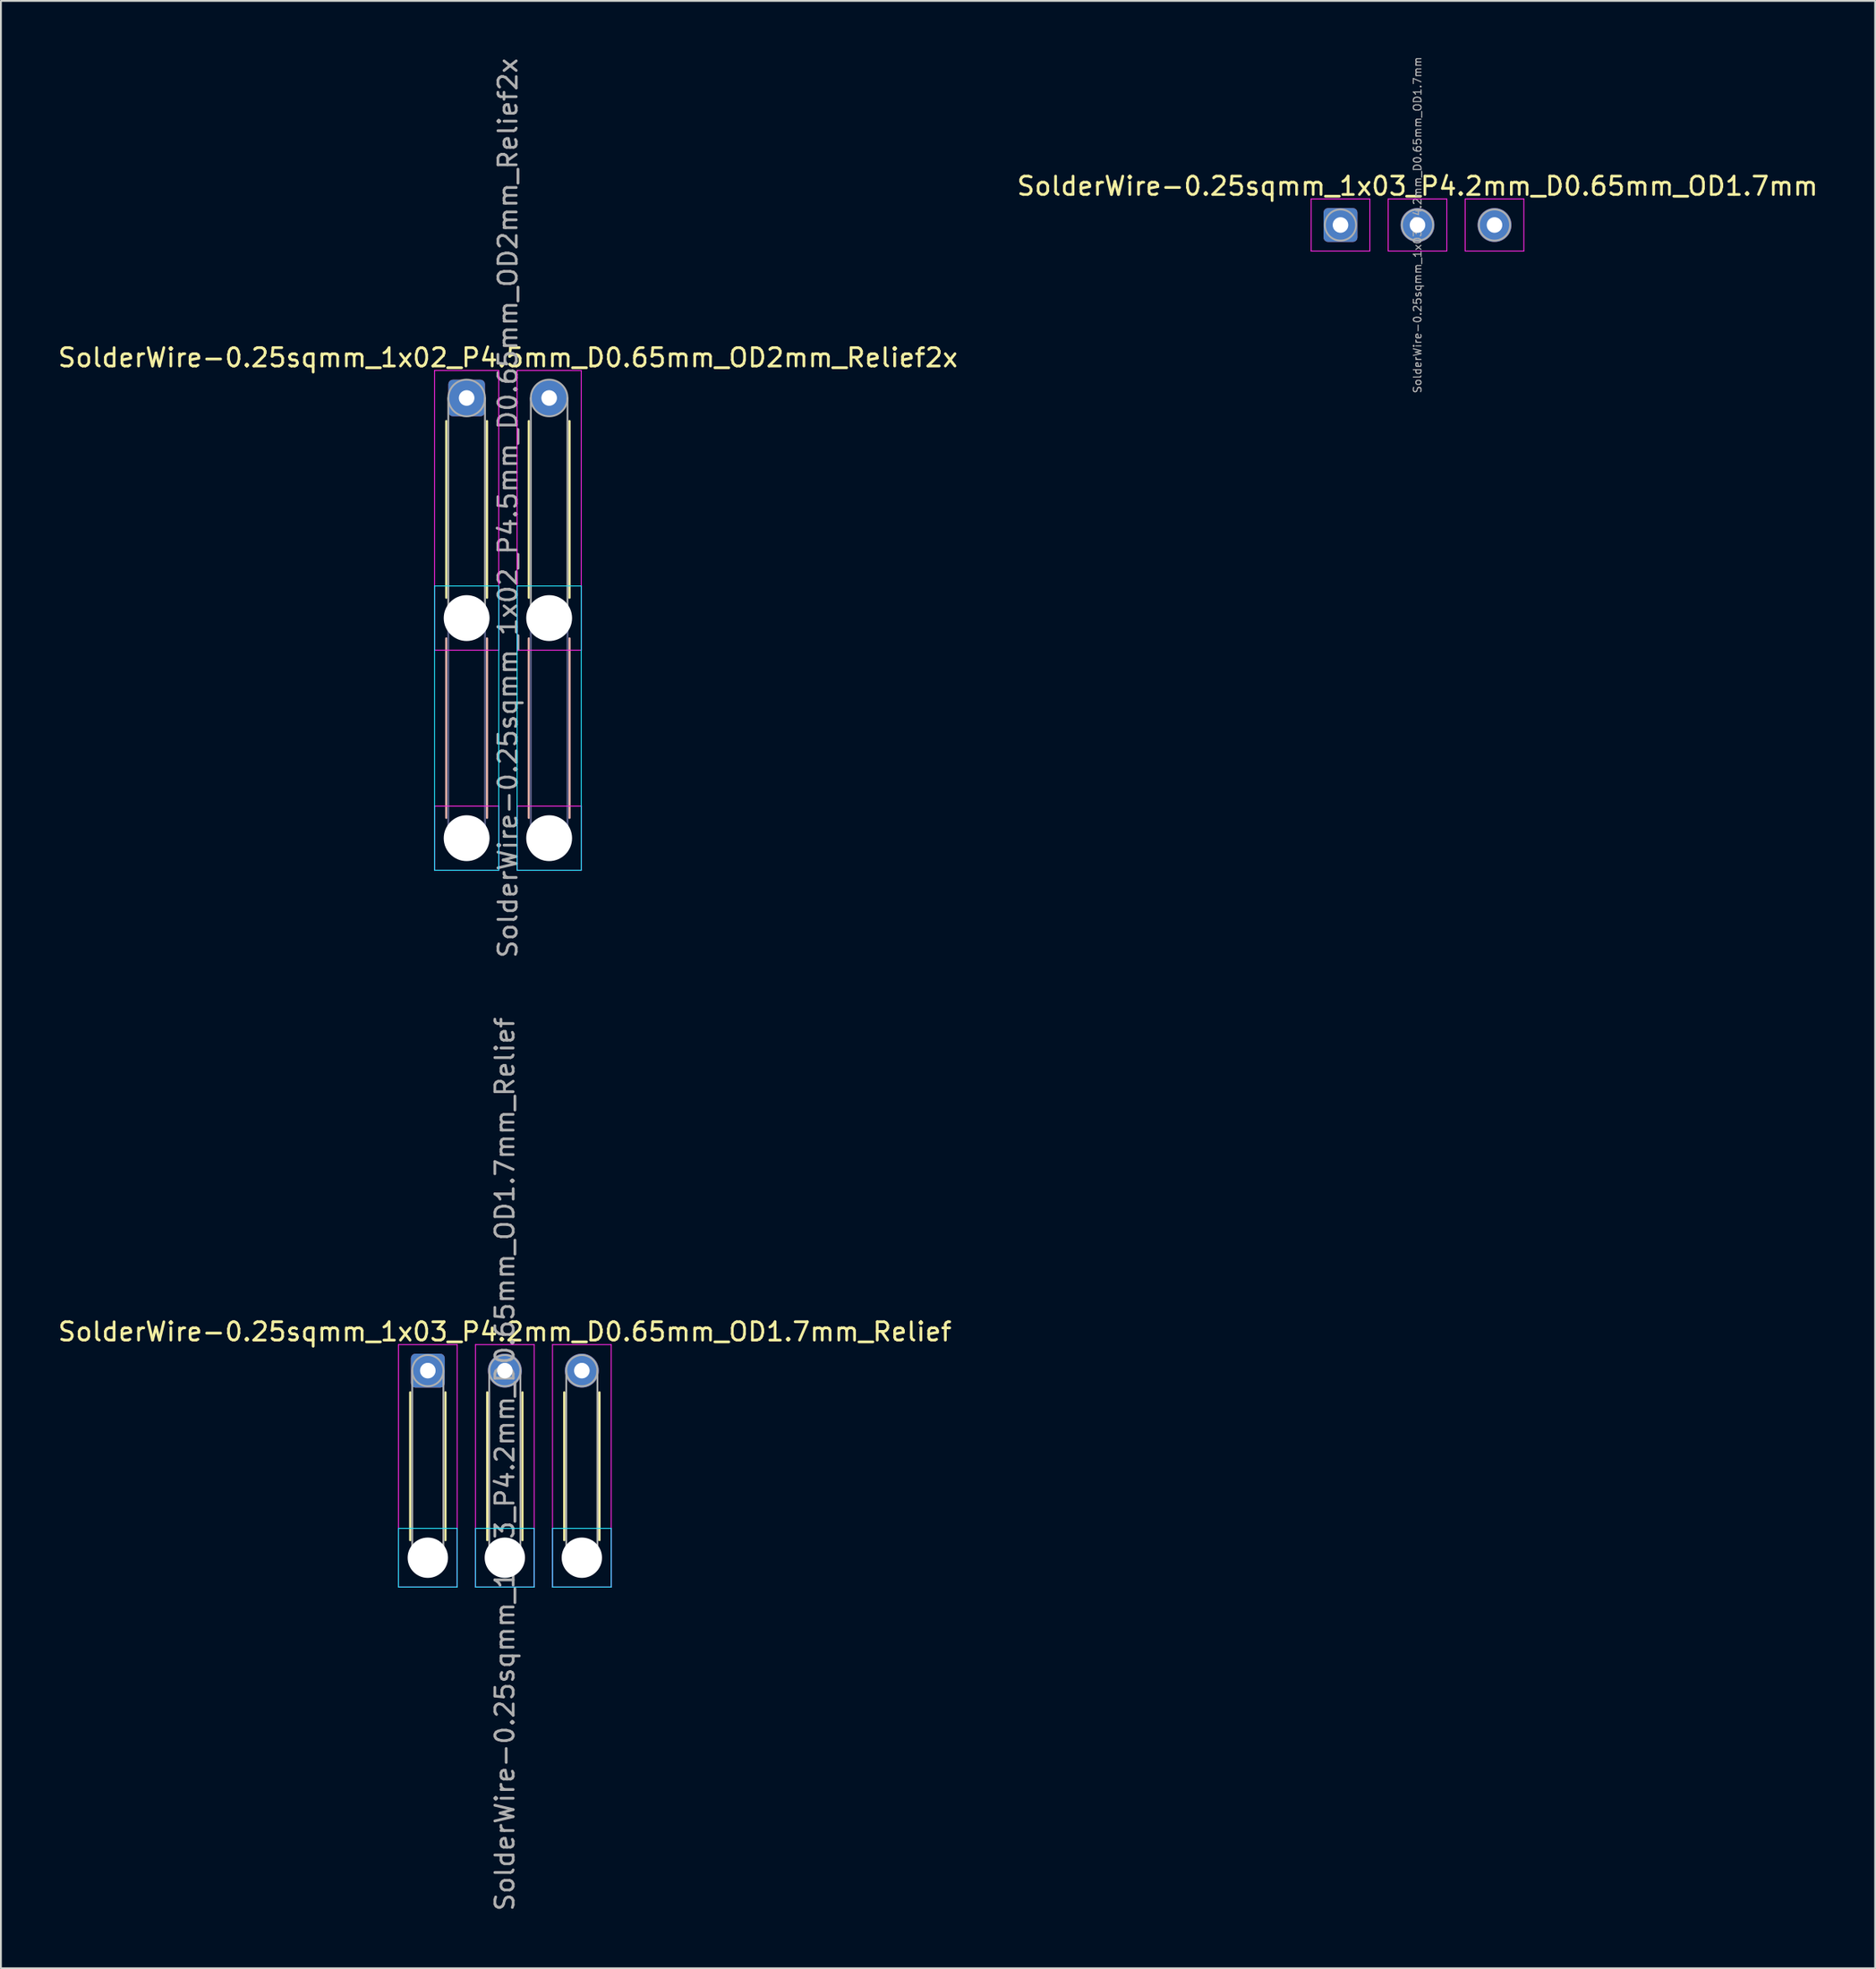
<source format=kicad_pcb>
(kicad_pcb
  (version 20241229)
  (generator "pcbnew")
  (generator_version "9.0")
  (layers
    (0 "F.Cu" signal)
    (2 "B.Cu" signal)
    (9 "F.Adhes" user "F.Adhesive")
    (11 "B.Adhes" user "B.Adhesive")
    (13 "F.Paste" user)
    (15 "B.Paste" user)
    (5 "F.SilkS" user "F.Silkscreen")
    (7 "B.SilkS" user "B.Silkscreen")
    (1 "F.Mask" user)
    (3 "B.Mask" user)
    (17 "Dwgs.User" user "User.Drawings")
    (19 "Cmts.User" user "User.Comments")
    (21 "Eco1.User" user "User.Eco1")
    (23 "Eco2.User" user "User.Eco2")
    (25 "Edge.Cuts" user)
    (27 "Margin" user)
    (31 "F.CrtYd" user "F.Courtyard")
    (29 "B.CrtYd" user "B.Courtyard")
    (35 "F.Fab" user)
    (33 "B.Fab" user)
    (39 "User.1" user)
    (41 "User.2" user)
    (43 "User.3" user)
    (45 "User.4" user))
  (footprint "SolderWire-0.25sqmm_1x03_P4.2mm_D0.65mm_OD1.7mm_Relief"
    (layer "F.Cu")
    (at 20.282 71.68)
    (property "Reference" "SolderWire-0.25sqmm_1x03_P4.2mm_D0.65mm_OD1.7mm_Relief" (at 4.2 -2.12 0) (layer "F.SilkS") (effects (font (size 1 1) (thickness 0.15))))
    (attr exclude_from_pos_files exclude_from_bom)
    (fp_line (start -0.96 1.185) (end -0.96 9.24) (stroke (width 0.12) (type solid)) (layer "F.SilkS"))
    (fp_line (start 0.96 1.185) (end 0.96 9.24) (stroke (width 0.12) (type solid)) (layer "F.SilkS"))
    (fp_line (start 3.24 1.185) (end 3.24 9.24) (stroke (width 0.12) (type solid)) (layer "F.SilkS"))
    (fp_line (start 5.16 1.185) (end 5.16 9.24) (stroke (width 0.12) (type solid)) (layer "F.SilkS"))
    (fp_line (start 7.44 1.185) (end 7.44 9.24) (stroke (width 0.12) (type solid)) (layer "F.SilkS"))
    (fp_line (start 9.36 1.185) (end 9.36 9.24) (stroke (width 0.12) (type solid)) (layer "F.SilkS"))
    (fp_line (start -1.6 8.6) (end -1.6 11.8) (stroke (width 0.05) (type solid)) (layer "B.CrtYd"))
    (fp_line (start -1.6 11.8) (end 1.6 11.8) (stroke (width 0.05) (type solid)) (layer "B.CrtYd"))
    (fp_line (start 1.6 8.6) (end -1.6 8.6) (stroke (width 0.05) (type solid)) (layer "B.CrtYd"))
    (fp_line (start 1.6 11.8) (end 1.6 8.6) (stroke (width 0.05) (type solid)) (layer "B.CrtYd"))
    (fp_line (start 2.6 8.6) (end 2.6 11.8) (stroke (width 0.05) (type solid)) (layer "B.CrtYd"))
    (fp_line (start 2.6 11.8) (end 5.8 11.8) (stroke (width 0.05) (type solid)) (layer "B.CrtYd"))
    (fp_line (start 5.8 8.6) (end 2.6 8.6) (stroke (width 0.05) (type solid)) (layer "B.CrtYd"))
    (fp_line (start 5.8 11.8) (end 5.8 8.6) (stroke (width 0.05) (type solid)) (layer "B.CrtYd"))
    (fp_line (start 6.8 8.6) (end 6.8 11.8) (stroke (width 0.05) (type solid)) (layer "B.CrtYd"))
    (fp_line (start 6.8 11.8) (end 10 11.8) (stroke (width 0.05) (type solid)) (layer "B.CrtYd"))
    (fp_line (start 10 8.6) (end 6.8 8.6) (stroke (width 0.05) (type solid)) (layer "B.CrtYd"))
    (fp_line (start 10 11.8) (end 10 8.6) (stroke (width 0.05) (type solid)) (layer "B.CrtYd"))
    (fp_line (start -1.6 -1.42) (end -1.6 11.8) (stroke (width 0.05) (type solid)) (layer "F.CrtYd"))
    (fp_line (start -1.6 11.8) (end 1.6 11.8) (stroke (width 0.05) (type solid)) (layer "F.CrtYd"))
    (fp_line (start 1.6 -1.42) (end -1.6 -1.42) (stroke (width 0.05) (type solid)) (layer "F.CrtYd"))
    (fp_line (start 1.6 11.8) (end 1.6 -1.42) (stroke (width 0.05) (type solid)) (layer "F.CrtYd"))
    (fp_line (start 2.6 -1.42) (end 2.6 11.8) (stroke (width 0.05) (type solid)) (layer "F.CrtYd"))
    (fp_line (start 2.6 11.8) (end 5.8 11.8) (stroke (width 0.05) (type solid)) (layer "F.CrtYd"))
    (fp_line (start 5.8 -1.42) (end 2.6 -1.42) (stroke (width 0.05) (type solid)) (layer "F.CrtYd"))
    (fp_line (start 5.8 11.8) (end 5.8 -1.42) (stroke (width 0.05) (type solid)) (layer "F.CrtYd"))
    (fp_line (start 6.8 -1.42) (end 6.8 11.8) (stroke (width 0.05) (type solid)) (layer "F.CrtYd"))
    (fp_line (start 6.8 11.8) (end 10 11.8) (stroke (width 0.05) (type solid)) (layer "F.CrtYd"))
    (fp_line (start 10 -1.42) (end 6.8 -1.42) (stroke (width 0.05) (type solid)) (layer "F.CrtYd"))
    (fp_line (start 10 11.8) (end 10 -1.42) (stroke (width 0.05) (type solid)) (layer "F.CrtYd"))
    (fp_line (start -0.85 0) (end -0.85 10.2) (stroke (width 0.1) (type solid)) (layer "F.Fab"))
    (fp_line (start 0.85 0) (end 0.85 10.2) (stroke (width 0.1) (type solid)) (layer "F.Fab"))
    (fp_line (start 3.35 0) (end 3.35 10.2) (stroke (width 0.1) (type solid)) (layer "F.Fab"))
    (fp_line (start 5.05 0) (end 5.05 10.2) (stroke (width 0.1) (type solid)) (layer "F.Fab"))
    (fp_line (start 7.55 0) (end 7.55 10.2) (stroke (width 0.1) (type solid)) (layer "F.Fab"))
    (fp_line (start 9.25 0) (end 9.25 10.2) (stroke (width 0.1) (type solid)) (layer "F.Fab"))
    (fp_circle (center 0 0) (end 0.85 0) (stroke (width 0.1) (type solid)) (fill no) (layer "F.Fab"))
    (fp_circle (center 0 10.2) (end 0.85 10.2) (stroke (width 0.1) (type solid)) (fill no) (layer "F.Fab"))
    (fp_circle (center 4.2 0) (end 5.05 0) (stroke (width 0.1) (type solid)) (fill no) (layer "F.Fab"))
    (fp_circle (center 4.2 10.2) (end 5.05 10.2) (stroke (width 0.1) (type solid)) (fill no) (layer "F.Fab"))
    (fp_circle (center 8.4 0) (end 9.25 0) (stroke (width 0.1) (type solid)) (fill no) (layer "F.Fab"))
    (fp_circle (center 8.4 10.2) (end 9.25 10.2) (stroke (width 0.1) (type solid)) (fill no) (layer "F.Fab"))
    (fp_text user "${REFERENCE}" (at 4.2 5.1 90) (layer "F.Fab") (effects (font (size 1 1) (thickness 0.15))))
    (pad "" np_thru_hole circle (at 0 10.2) (size 2.2 2.2) (drill 2.2) (layers "*.Cu" "*.Mask"))
    (pad "" np_thru_hole circle (at 4.2 10.2) (size 2.2 2.2) (drill 2.2) (layers "*.Cu" "*.Mask"))
    (pad "" np_thru_hole circle (at 8.4 10.2) (size 2.2 2.2) (drill 2.2) (layers "*.Cu" "*.Mask"))
    (pad "1" thru_hole roundrect (at 0 0) (size 1.85 1.85) (drill 0.85) (layers "*.Cu" "*.Mask") (roundrect_rratio 0.135))
    (pad "2" thru_hole circle (at 4.2 0) (size 1.85 1.85) (drill 0.85) (layers "*.Cu" "*.Mask"))
    (pad "3" thru_hole circle (at 8.4 0) (size 1.85 1.85) (drill 0.85) (layers "*.Cu" "*.Mask")))
  (footprint "SolderWire-0.25sqmm_1x02_P4.5mm_D0.65mm_OD2mm_Relief2x"
    (layer "F.Cu")
    (at 22.399 18.649)
    (property "Reference" "SolderWire-0.25sqmm_1x02_P4.5mm_D0.65mm_OD2mm_Relief2x" (at 2.25 -2.2 0) (layer "F.SilkS") (effects (font (size 1 1) (thickness 0.15))))
    (attr exclude_from_pos_files exclude_from_bom)
    (fp_line (start -1.11 1.26) (end -1.11 10.89) (stroke (width 0.12) (type solid)) (layer "F.SilkS"))
    (fp_line (start 1.11 1.26) (end 1.11 10.89) (stroke (width 0.12) (type solid)) (layer "F.SilkS"))
    (fp_line (start 3.39 1.26) (end 3.39 10.89) (stroke (width 0.12) (type solid)) (layer "F.SilkS"))
    (fp_line (start 5.61 1.26) (end 5.61 10.89) (stroke (width 0.12) (type solid)) (layer "F.SilkS"))
    (fp_line (start -1.11 13.11) (end -1.11 22.89) (stroke (width 0.12) (type solid)) (layer "B.SilkS"))
    (fp_line (start 1.11 13.11) (end 1.11 22.89) (stroke (width 0.12) (type solid)) (layer "B.SilkS"))
    (fp_line (start 3.39 13.11) (end 3.39 22.89) (stroke (width 0.12) (type solid)) (layer "B.SilkS"))
    (fp_line (start 5.61 13.11) (end 5.61 22.89) (stroke (width 0.12) (type solid)) (layer "B.SilkS"))
    (fp_line (start -1.75 10.25) (end -1.75 25.75) (stroke (width 0.05) (type solid)) (layer "B.CrtYd"))
    (fp_line (start -1.75 25.75) (end 1.75 25.75) (stroke (width 0.05) (type solid)) (layer "B.CrtYd"))
    (fp_line (start 1.75 10.25) (end -1.75 10.25) (stroke (width 0.05) (type solid)) (layer "B.CrtYd"))
    (fp_line (start 1.75 25.75) (end 1.75 10.25) (stroke (width 0.05) (type solid)) (layer "B.CrtYd"))
    (fp_line (start 2.75 10.25) (end 2.75 25.75) (stroke (width 0.05) (type solid)) (layer "B.CrtYd"))
    (fp_line (start 2.75 25.75) (end 6.25 25.75) (stroke (width 0.05) (type solid)) (layer "B.CrtYd"))
    (fp_line (start 6.25 10.25) (end 2.75 10.25) (stroke (width 0.05) (type solid)) (layer "B.CrtYd"))
    (fp_line (start 6.25 25.75) (end 6.25 10.25) (stroke (width 0.05) (type solid)) (layer "B.CrtYd"))
    (fp_line (start -1.75 -1.5) (end -1.75 13.75) (stroke (width 0.05) (type solid)) (layer "F.CrtYd"))
    (fp_line (start -1.75 13.75) (end 1.75 13.75) (stroke (width 0.05) (type solid)) (layer "F.CrtYd"))
    (fp_line (start -1.75 22.25) (end -1.75 25.75) (stroke (width 0.05) (type solid)) (layer "F.CrtYd"))
    (fp_line (start -1.75 25.75) (end 1.75 25.75) (stroke (width 0.05) (type solid)) (layer "F.CrtYd"))
    (fp_line (start 1.75 -1.5) (end -1.75 -1.5) (stroke (width 0.05) (type solid)) (layer "F.CrtYd"))
    (fp_line (start 1.75 13.75) (end 1.75 -1.5) (stroke (width 0.05) (type solid)) (layer "F.CrtYd"))
    (fp_line (start 1.75 22.25) (end -1.75 22.25) (stroke (width 0.05) (type solid)) (layer "F.CrtYd"))
    (fp_line (start 1.75 25.75) (end 1.75 22.25) (stroke (width 0.05) (type solid)) (layer "F.CrtYd"))
    (fp_line (start 2.75 -1.5) (end 2.75 13.75) (stroke (width 0.05) (type solid)) (layer "F.CrtYd"))
    (fp_line (start 2.75 13.75) (end 6.25 13.75) (stroke (width 0.05) (type solid)) (layer "F.CrtYd"))
    (fp_line (start 2.75 22.25) (end 2.75 25.75) (stroke (width 0.05) (type solid)) (layer "F.CrtYd"))
    (fp_line (start 2.75 25.75) (end 6.25 25.75) (stroke (width 0.05) (type solid)) (layer "F.CrtYd"))
    (fp_line (start 6.25 -1.5) (end 2.75 -1.5) (stroke (width 0.05) (type solid)) (layer "F.CrtYd"))
    (fp_line (start 6.25 13.75) (end 6.25 -1.5) (stroke (width 0.05) (type solid)) (layer "F.CrtYd"))
    (fp_line (start 6.25 22.25) (end 2.75 22.25) (stroke (width 0.05) (type solid)) (layer "F.CrtYd"))
    (fp_line (start 6.25 25.75) (end 6.25 22.25) (stroke (width 0.05) (type solid)) (layer "F.CrtYd"))
    (fp_line (start -1 12) (end -1 24) (stroke (width 0.1) (type solid)) (layer "B.Fab"))
    (fp_line (start 1 12) (end 1 24) (stroke (width 0.1) (type solid)) (layer "B.Fab"))
    (fp_line (start 3.5 12) (end 3.5 24) (stroke (width 0.1) (type solid)) (layer "B.Fab"))
    (fp_line (start 5.5 12) (end 5.5 24) (stroke (width 0.1) (type solid)) (layer "B.Fab"))
    (fp_circle (center 0 12) (end 1 12) (stroke (width 0.1) (type solid)) (fill no) (layer "B.Fab"))
    (fp_circle (center 0 24) (end 1 24) (stroke (width 0.1) (type solid)) (fill no) (layer "B.Fab"))
    (fp_circle (center 4.5 12) (end 5.5 12) (stroke (width 0.1) (type solid)) (fill no) (layer "B.Fab"))
    (fp_circle (center 4.5 24) (end 5.5 24) (stroke (width 0.1) (type solid)) (fill no) (layer "B.Fab"))
    (fp_line (start -1 0) (end -1 12) (stroke (width 0.1) (type solid)) (layer "F.Fab"))
    (fp_line (start 1 0) (end 1 12) (stroke (width 0.1) (type solid)) (layer "F.Fab"))
    (fp_line (start 3.5 0) (end 3.5 12) (stroke (width 0.1) (type solid)) (layer "F.Fab"))
    (fp_line (start 5.5 0) (end 5.5 12) (stroke (width 0.1) (type solid)) (layer "F.Fab"))
    (fp_circle (center 0 0) (end 1 0) (stroke (width 0.1) (type solid)) (fill no) (layer "F.Fab"))
    (fp_circle (center 0 12) (end 1 12) (stroke (width 0.1) (type solid)) (fill no) (layer "F.Fab"))
    (fp_circle (center 0 24) (end 1 24) (stroke (width 0.1) (type solid)) (fill no) (layer "F.Fab"))
    (fp_circle (center 4.5 0) (end 5.5 0) (stroke (width 0.1) (type solid)) (fill no) (layer "F.Fab"))
    (fp_circle (center 4.5 12) (end 5.5 12) (stroke (width 0.1) (type solid)) (fill no) (layer "F.Fab"))
    (fp_circle (center 4.5 24) (end 5.5 24) (stroke (width 0.1) (type solid)) (fill no) (layer "F.Fab"))
    (fp_text user "${REFERENCE}" (at 2.25 6 90) (layer "F.Fab") (effects (font (size 1 1) (thickness 0.15))))
    (pad "" np_thru_hole circle (at 0 12) (size 2.5 2.5) (drill 2.5) (layers "*.Cu" "*.Mask"))
    (pad "" np_thru_hole circle (at 0 24) (size 2.5 2.5) (drill 2.5) (layers "*.Cu" "*.Mask"))
    (pad "" np_thru_hole circle (at 4.5 12) (size 2.5 2.5) (drill 2.5) (layers "*.Cu" "*.Mask"))
    (pad "" np_thru_hole circle (at 4.5 24) (size 2.5 2.5) (drill 2.5) (layers "*.Cu" "*.Mask"))
    (pad "1" thru_hole roundrect (at 0 0) (size 2 2) (drill 0.85) (layers "*.Cu" "*.Mask") (roundrect_rratio 0.125))
    (pad "2" thru_hole circle (at 4.5 0) (size 2 2) (drill 0.85) (layers "*.Cu" "*.Mask")))
  (footprint "SolderWire-0.25sqmm_1x03_P4.2mm_D0.65mm_OD1.7mm"
    (layer "F.Cu")
    (at 70.056 9.218)
    (property "Reference" "SolderWire-0.25sqmm_1x03_P4.2mm_D0.65mm_OD1.7mm" (at 4.2 -2.12 0) (layer "F.SilkS") (effects (font (size 1 1) (thickness 0.15))))
    (attr exclude_from_pos_files exclude_from_bom)
    (fp_line (start -1.6 -1.42) (end -1.6 1.42) (stroke (width 0.05) (type solid)) (layer "F.CrtYd"))
    (fp_line (start -1.6 1.42) (end 1.6 1.42) (stroke (width 0.05) (type solid)) (layer "F.CrtYd"))
    (fp_line (start 1.6 -1.42) (end -1.6 -1.42) (stroke (width 0.05) (type solid)) (layer "F.CrtYd"))
    (fp_line (start 1.6 1.42) (end 1.6 -1.42) (stroke (width 0.05) (type solid)) (layer "F.CrtYd"))
    (fp_line (start 2.6 -1.42) (end 2.6 1.42) (stroke (width 0.05) (type solid)) (layer "F.CrtYd"))
    (fp_line (start 2.6 1.42) (end 5.8 1.42) (stroke (width 0.05) (type solid)) (layer "F.CrtYd"))
    (fp_line (start 5.8 -1.42) (end 2.6 -1.42) (stroke (width 0.05) (type solid)) (layer "F.CrtYd"))
    (fp_line (start 5.8 1.42) (end 5.8 -1.42) (stroke (width 0.05) (type solid)) (layer "F.CrtYd"))
    (fp_line (start 6.8 -1.42) (end 6.8 1.42) (stroke (width 0.05) (type solid)) (layer "F.CrtYd"))
    (fp_line (start 6.8 1.42) (end 10 1.42) (stroke (width 0.05) (type solid)) (layer "F.CrtYd"))
    (fp_line (start 10 -1.42) (end 6.8 -1.42) (stroke (width 0.05) (type solid)) (layer "F.CrtYd"))
    (fp_line (start 10 1.42) (end 10 -1.42) (stroke (width 0.05) (type solid)) (layer "F.CrtYd"))
    (fp_circle (center 0 0) (end 0.85 0) (stroke (width 0.1) (type solid)) (fill no) (layer "F.Fab"))
    (fp_circle (center 4.2 0) (end 5.05 0) (stroke (width 0.1) (type solid)) (fill no) (layer "F.Fab"))
    (fp_circle (center 8.4 0) (end 9.25 0) (stroke (width 0.1) (type solid)) (fill no) (layer "F.Fab"))
    (fp_text user "${REFERENCE}" (at 4.2 0 90) (layer "F.Fab") (effects (font (size 0.42 0.42) (thickness 0.06))))
    (pad "1" thru_hole roundrect (at 0 0) (size 1.85 1.85) (drill 0.85) (layers "*.Cu" "*.Mask") (roundrect_rratio 0.135))
    (pad "2" thru_hole circle (at 4.2 0) (size 1.85 1.85) (drill 0.85) (layers "*.Cu" "*.Mask"))
    (pad "3" thru_hole circle (at 8.4 0) (size 1.85 1.85) (drill 0.85) (layers "*.Cu" "*.Mask")))
  (gr_rect
    (start -3 -3)
    (end 99.214 104.262)
    (stroke (width 0.1) (type default))
    (fill no)
    (layer "Edge.Cuts")))
</source>
